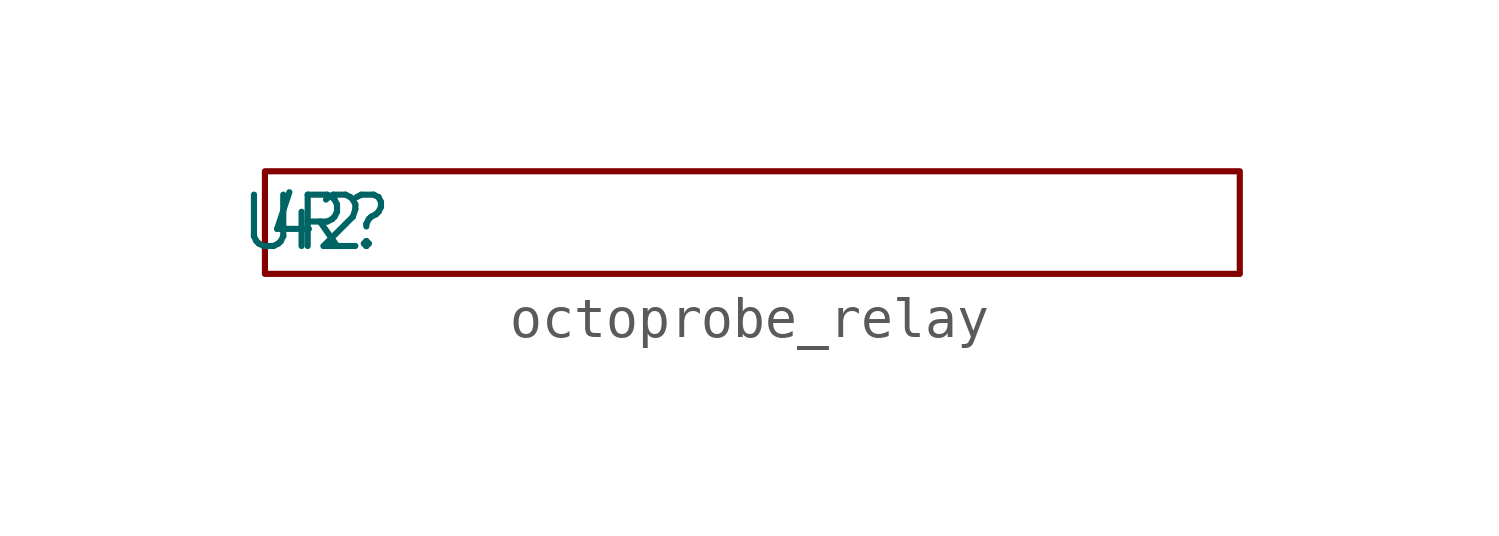
<source format=kicad_sym>
(kicad_symbol_lib
  (version 20231120)
  (generator "kicad_symbol_editor")
  (generator_version "8.0")
  (symbol "octoprobe_relay"
    (property "Reference" "UR"
      (at 0 0 0)
      (effects (font (size 1.27 1.27))))
    (property "Value" "42"
      (at 0 0 0)
      (effects (font (size 1.27 1.27))))
    (symbol "octoprobe_relay_0_1"
      (rectangle (start -1.27 1.27) (end 22.86 -1.27) (stroke (width 0) (type default)) (fill (type none))))))
</source>
